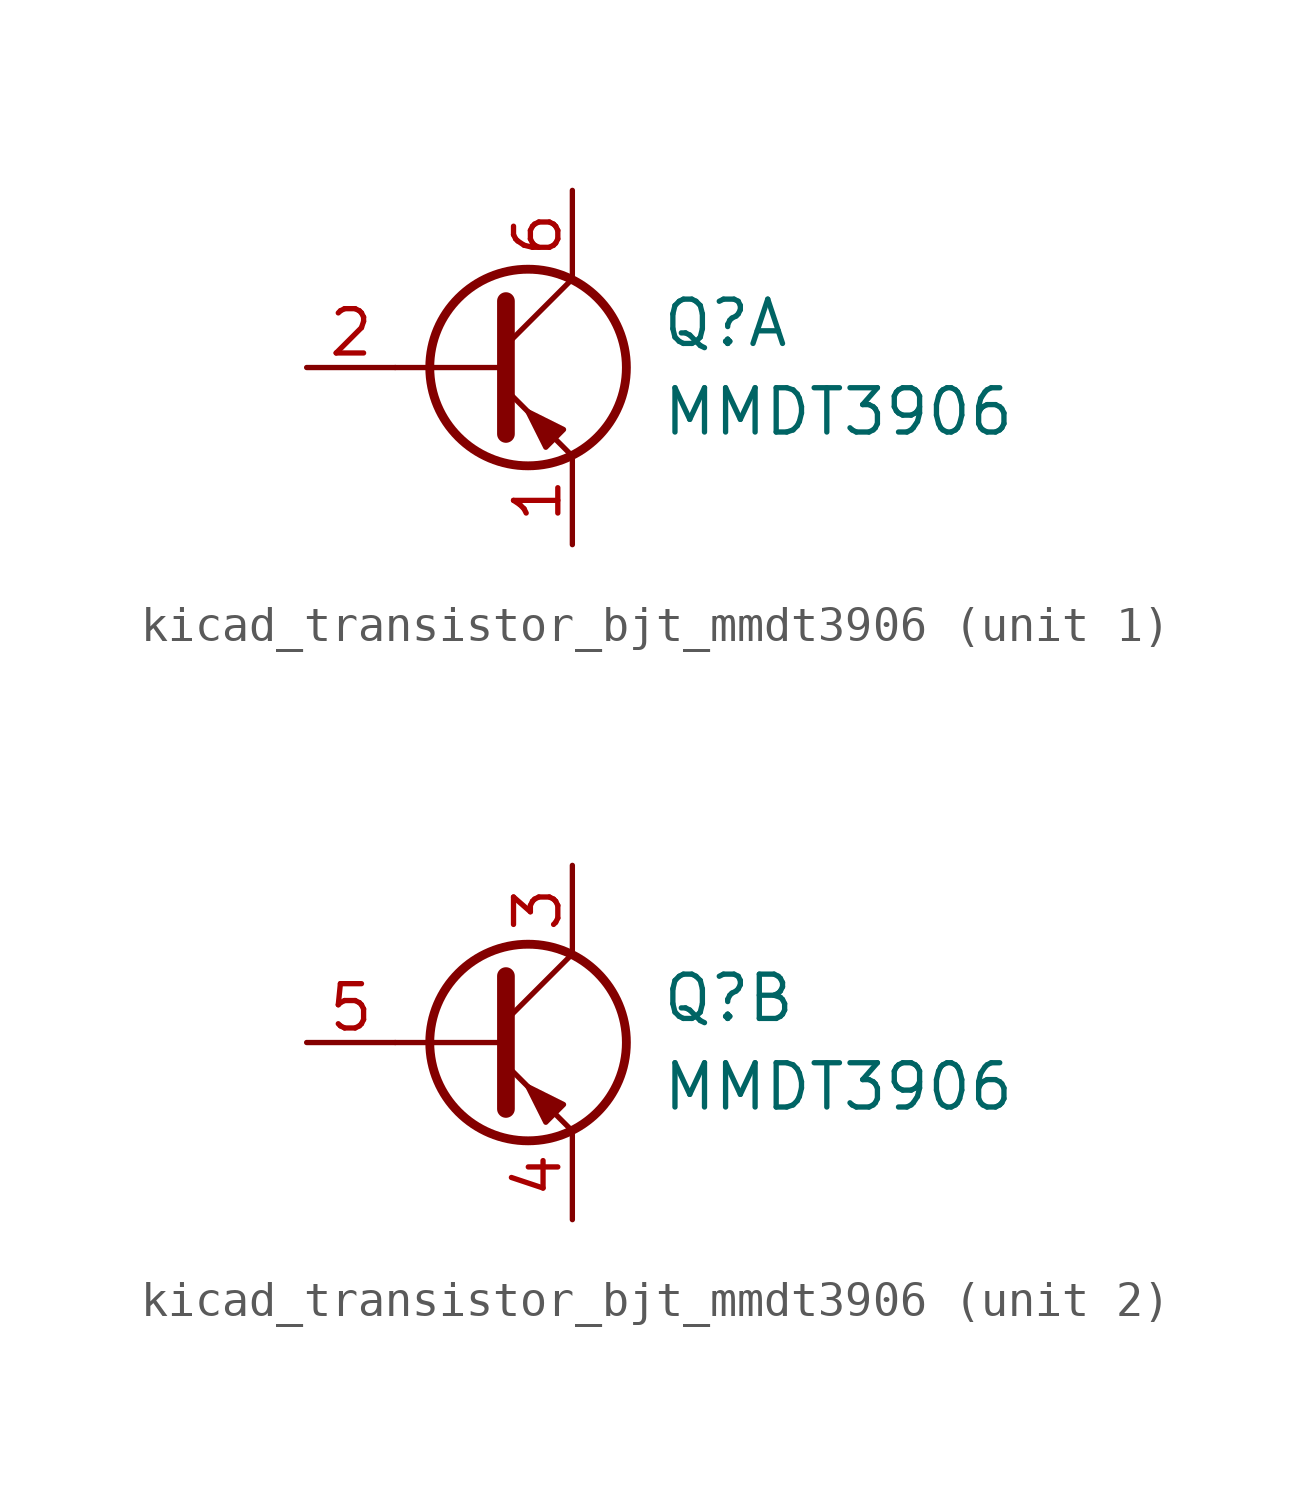
<source format=kicad_sym>
(kicad_symbol_lib
  (version 20220914)
  (generator kicad_symbol_editor)
  (symbol "kicad_transistor_bjt_mmdt3906"
    (pin_names
      (offset 0) hide)
    (property "Reference" "Q"
      (at 5.08 1.27 0)
      (effects (font (size 1.27 1.27)) (justify left)))
    (property "Value" "MMDT3906"
      (at 5.08 -1.27 0)
      (effects (font (size 1.27 1.27)) (justify left)))
    (property "ki_locked" ""
      (at 0 0 0)
      (effects (font (size 1.27 1.27))))
    (symbol "kicad_transistor_bjt_mmdt3906_0_1"
      (polyline (pts (xy 0.635 0) (xy -2.54 0)) (stroke (width 0) (type default)) (fill (type none)))
      (polyline (pts (xy 0.635 0.635) (xy 2.54 2.54)) (stroke (width 0) (type default)) (fill (type none)))
      (polyline (pts (xy 0.635 -0.635) (xy 2.54 -2.54) (xy 2.54 -2.54)) (stroke (width 0) (type default)) (fill (type none)))
      (polyline (pts (xy 0.635 1.905) (xy 0.635 -1.905) (xy 0.635 -1.905)) (stroke (width 0.508) (type default)) (fill (type none)))
      (polyline (pts (xy 2.286 -1.778) (xy 1.778 -2.286) (xy 1.27 -1.27) (xy 2.286 -1.778) (xy 2.286 -1.778)) (stroke (width 0) (type default)) (fill (type outline)))
      (circle (center 1.27 0) (radius 2.819) (stroke (width 0.254) (type default)) (fill (type none))))
    (symbol "kicad_transistor_bjt_mmdt3906_1_1"
      (pin passive line (at 2.54 -5.08 90) (length 2.54) (name "E1" (effects (font (size 1.27 1.27)))) (number "1" (effects (font (size 1.27 1.27)))))
      (pin input line (at -5.08 0 0) (length 2.54) (name "B1" (effects (font (size 1.27 1.27)))) (number "2" (effects (font (size 1.27 1.27)))))
      (pin passive line (at 2.54 5.08 270) (length 2.54) (name "C1" (effects (font (size 1.27 1.27)))) (number "6" (effects (font (size 1.27 1.27))))))
    (symbol "kicad_transistor_bjt_mmdt3906_2_1"
      (pin passive line (at 2.54 5.08 270) (length 2.54) (name "C2" (effects (font (size 1.27 1.27)))) (number "3" (effects (font (size 1.27 1.27)))))
      (pin passive line (at 2.54 -5.08 90) (length 2.54) (name "E2" (effects (font (size 1.27 1.27)))) (number "4" (effects (font (size 1.27 1.27)))))
      (pin input line (at -5.08 0 0) (length 2.54) (name "B2" (effects (font (size 1.27 1.27)))) (number "5" (effects (font (size 1.27 1.27))))))))
</source>
